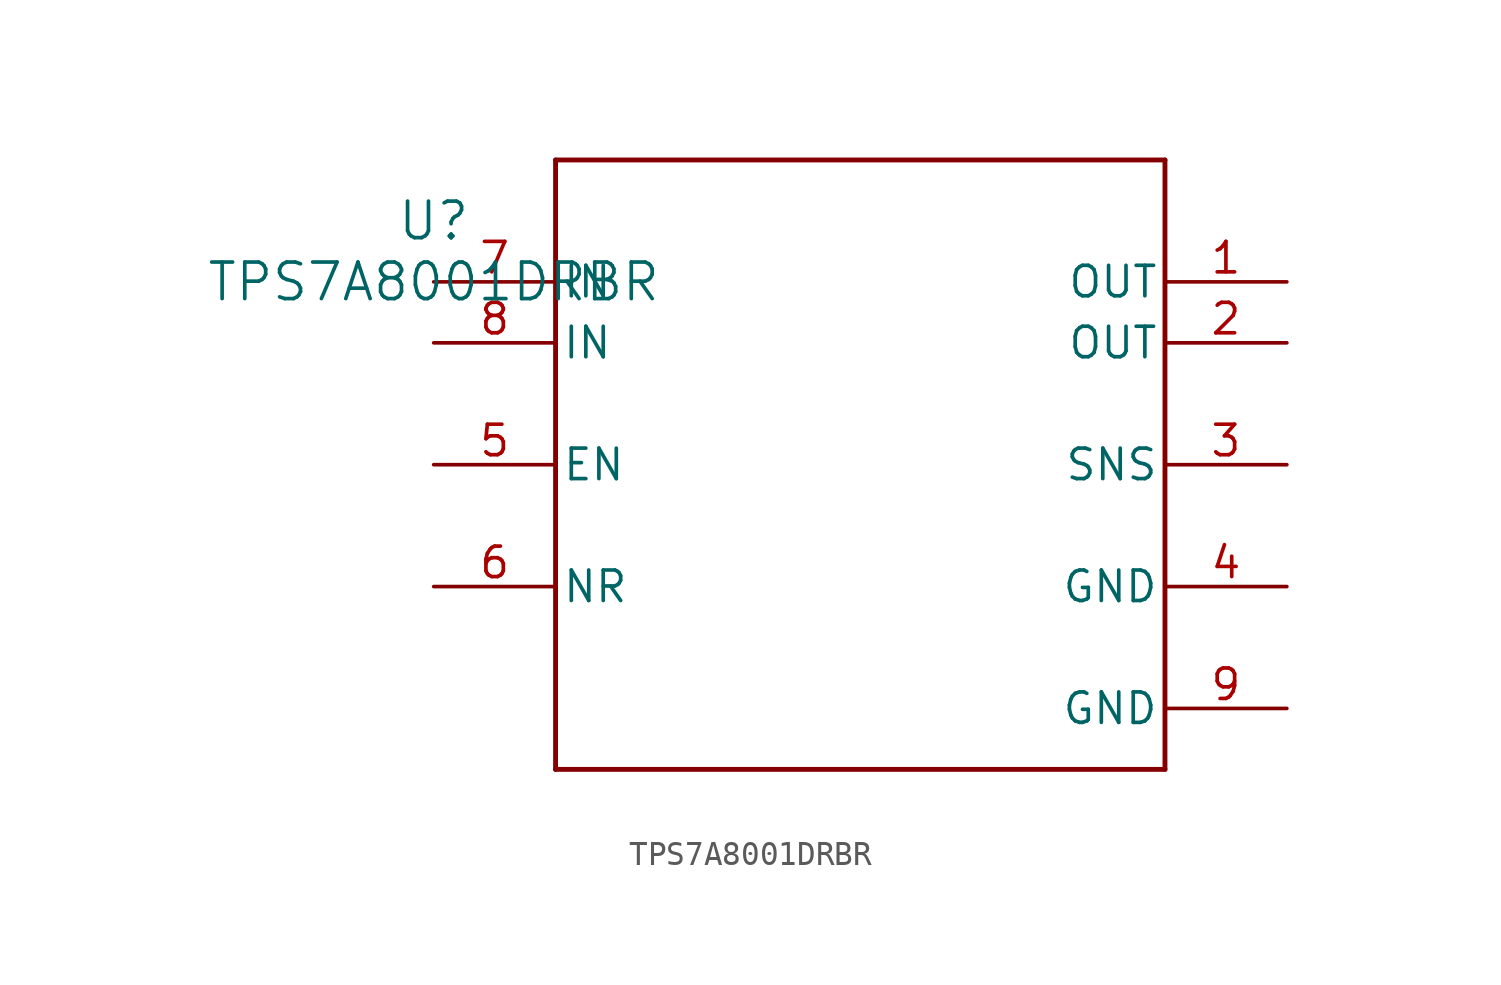
<source format=kicad_sym>
(kicad_symbol_lib
  (version 20211014)
  (generator kicad_symbol_editor)
  (symbol "TPS7A8001DRBR"
    (pin_names
      (offset 0.254))
    (property "Reference" "U"
      (at 0 2.54 0)
      (effects (font (size 1.524 1.524))))
    (property "Value" "TPS7A8001DRBR"
      (at 0 0 0)
      (effects (font (size 1.524 1.524))))
    (symbol "TPS7A8001DRBR_0_1"
      (polyline (pts (xy 5.08 -20.32) (xy 30.48 -20.32)) (stroke (width 0.203) (type default) (color 0 0 0 0)) (fill (type none)))
      (polyline (pts (xy 30.48 -20.32) (xy 30.48 5.08)) (stroke (width 0.203) (type default) (color 0 0 0 0)) (fill (type none)))
      (polyline (pts (xy 30.48 5.08) (xy 5.08 5.08)) (stroke (width 0.203) (type default) (color 0 0 0 0)) (fill (type none)))
      (polyline (pts (xy 5.08 5.08) (xy 5.08 -20.32)) (stroke (width 0.203) (type default) (color 0 0 0 0)) (fill (type none)))
      (pin power_in line (at 35.56 0 180) (length 5.08) (name "OUT" (effects (font (size 1.27 1.27)))) (number "1" (effects (font (size 1.27 1.27)))))
      (pin power_in line (at 35.56 -2.54 180) (length 5.08) (name "OUT" (effects (font (size 1.27 1.27)))) (number "2" (effects (font (size 1.27 1.27)))))
      (pin unspecified line (at 35.56 -7.62 180) (length 5.08) (name "SNS" (effects (font (size 1.27 1.27)))) (number "3" (effects (font (size 1.27 1.27)))))
      (pin power_in line (at 35.56 -12.7 180) (length 5.08) (name "GND" (effects (font (size 1.27 1.27)))) (number "4" (effects (font (size 1.27 1.27)))))
      (pin input line (at 0 -7.62 0) (length 5.08) (name "EN" (effects (font (size 1.27 1.27)))) (number "5" (effects (font (size 1.27 1.27)))))
      (pin unspecified line (at 0 -12.7 0) (length 5.08) (name "NR" (effects (font (size 1.27 1.27)))) (number "6" (effects (font (size 1.27 1.27)))))
      (pin power_in line (at 0 0 0) (length 5.08) (name "IN" (effects (font (size 1.27 1.27)))) (number "7" (effects (font (size 1.27 1.27)))))
      (pin power_in line (at 0 -2.54 0) (length 5.08) (name "IN" (effects (font (size 1.27 1.27)))) (number "8" (effects (font (size 1.27 1.27)))))
      (pin power_in line (at 35.56 -17.78 180) (length 5.08) (name "GND" (effects (font (size 1.27 1.27)))) (number "9" (effects (font (size 1.27 1.27))))))))
</source>
